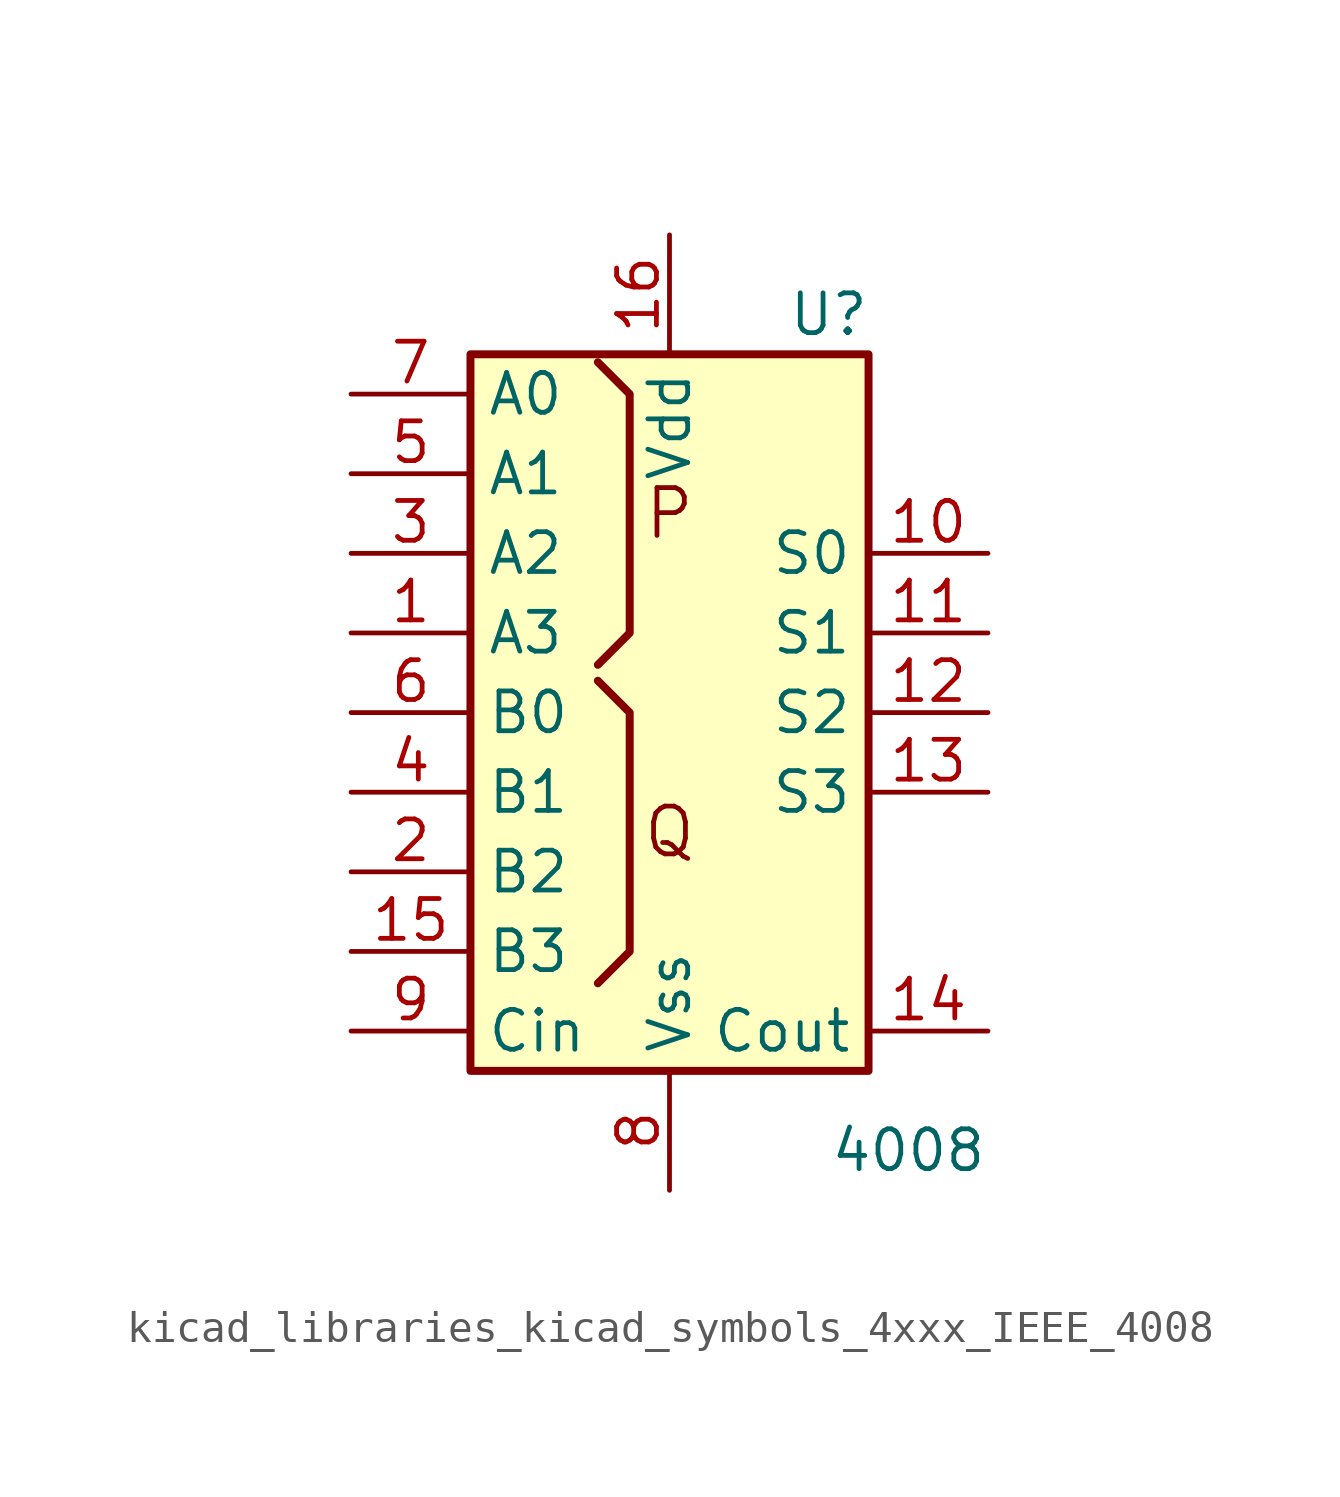
<source format=kicad_sym>
(kicad_symbol_lib
  (version 20220914)
  (generator kicad_symbol_editor)
  (symbol "kicad_libraries_kicad_symbols_4xxx_IEEE_4008"
    (property "Reference" "U"
      (at 5.08 12.7 0)
      (effects (font (size 1.27 1.27))))
    (property "Value" "4008"
      (at 7.62 -13.97 0)
      (effects (font (size 1.27 1.27))))
    (symbol "kicad_libraries_kicad_symbols_4xxx_IEEE_4008_0_0"
      (text "P" (at 0 6.35 0) (effects (font (size 1.524 1.524))))
      (text "Q" (at 0 -3.81 0) (effects (font (size 1.524 1.524)))))
    (symbol "kicad_libraries_kicad_symbols_4xxx_IEEE_4008_0_1"
      (rectangle (start -6.35 11.43) (end 6.35 -11.43) (stroke (width 0.254) (type default)) (fill (type background)))
      (polyline (pts (xy -2.286 1.016) (xy -1.27 0) (xy -1.27 -7.62) (xy -2.286 -8.636) (xy -2.286 -8.636)) (stroke (width 0.254) (type default)) (fill (type background)))
      (polyline (pts (xy -2.286 1.524) (xy -1.27 2.54) (xy -1.27 10.16) (xy -2.286 11.176) (xy -2.286 11.176)) (stroke (width 0.254) (type default)) (fill (type background))))
    (symbol "kicad_libraries_kicad_symbols_4xxx_IEEE_4008_1_1"
      (pin input line (at -10.16 2.54 0) (length 3.81) (name "A3" (effects (font (size 1.27 1.27)))) (number "1" (effects (font (size 1.27 1.27)))))
      (pin output line (at 10.16 5.08 180) (length 3.81) (name "S0" (effects (font (size 1.27 1.27)))) (number "10" (effects (font (size 1.27 1.27)))))
      (pin output line (at 10.16 2.54 180) (length 3.81) (name "S1" (effects (font (size 1.27 1.27)))) (number "11" (effects (font (size 1.27 1.27)))))
      (pin output line (at 10.16 0 180) (length 3.81) (name "S2" (effects (font (size 1.27 1.27)))) (number "12" (effects (font (size 1.27 1.27)))))
      (pin output line (at 10.16 -2.54 180) (length 3.81) (name "S3" (effects (font (size 1.27 1.27)))) (number "13" (effects (font (size 1.27 1.27)))))
      (pin output line (at 10.16 -10.16 180) (length 3.81) (name "Cout" (effects (font (size 1.27 1.27)))) (number "14" (effects (font (size 1.27 1.27)))))
      (pin input line (at -10.16 -7.62 0) (length 3.81) (name "B3" (effects (font (size 1.27 1.27)))) (number "15" (effects (font (size 1.27 1.27)))))
      (pin power_in line (at 0 15.24 270) (length 3.81) (name "Vdd" (effects (font (size 1.27 1.27)))) (number "16" (effects (font (size 1.27 1.27)))))
      (pin input line (at -10.16 -5.08 0) (length 3.81) (name "B2" (effects (font (size 1.27 1.27)))) (number "2" (effects (font (size 1.27 1.27)))))
      (pin input line (at -10.16 5.08 0) (length 3.81) (name "A2" (effects (font (size 1.27 1.27)))) (number "3" (effects (font (size 1.27 1.27)))))
      (pin input line (at -10.16 -2.54 0) (length 3.81) (name "B1" (effects (font (size 1.27 1.27)))) (number "4" (effects (font (size 1.27 1.27)))))
      (pin input line (at -10.16 7.62 0) (length 3.81) (name "A1" (effects (font (size 1.27 1.27)))) (number "5" (effects (font (size 1.27 1.27)))))
      (pin input line (at -10.16 0 0) (length 3.81) (name "B0" (effects (font (size 1.27 1.27)))) (number "6" (effects (font (size 1.27 1.27)))))
      (pin input line (at -10.16 10.16 0) (length 3.81) (name "A0" (effects (font (size 1.27 1.27)))) (number "7" (effects (font (size 1.27 1.27)))))
      (pin power_in line (at 0 -15.24 90) (length 3.81) (name "Vss" (effects (font (size 1.27 1.27)))) (number "8" (effects (font (size 1.27 1.27)))))
      (pin input line (at -10.16 -10.16 0) (length 3.81) (name "Cin" (effects (font (size 1.27 1.27)))) (number "9" (effects (font (size 1.27 1.27))))))))
</source>
